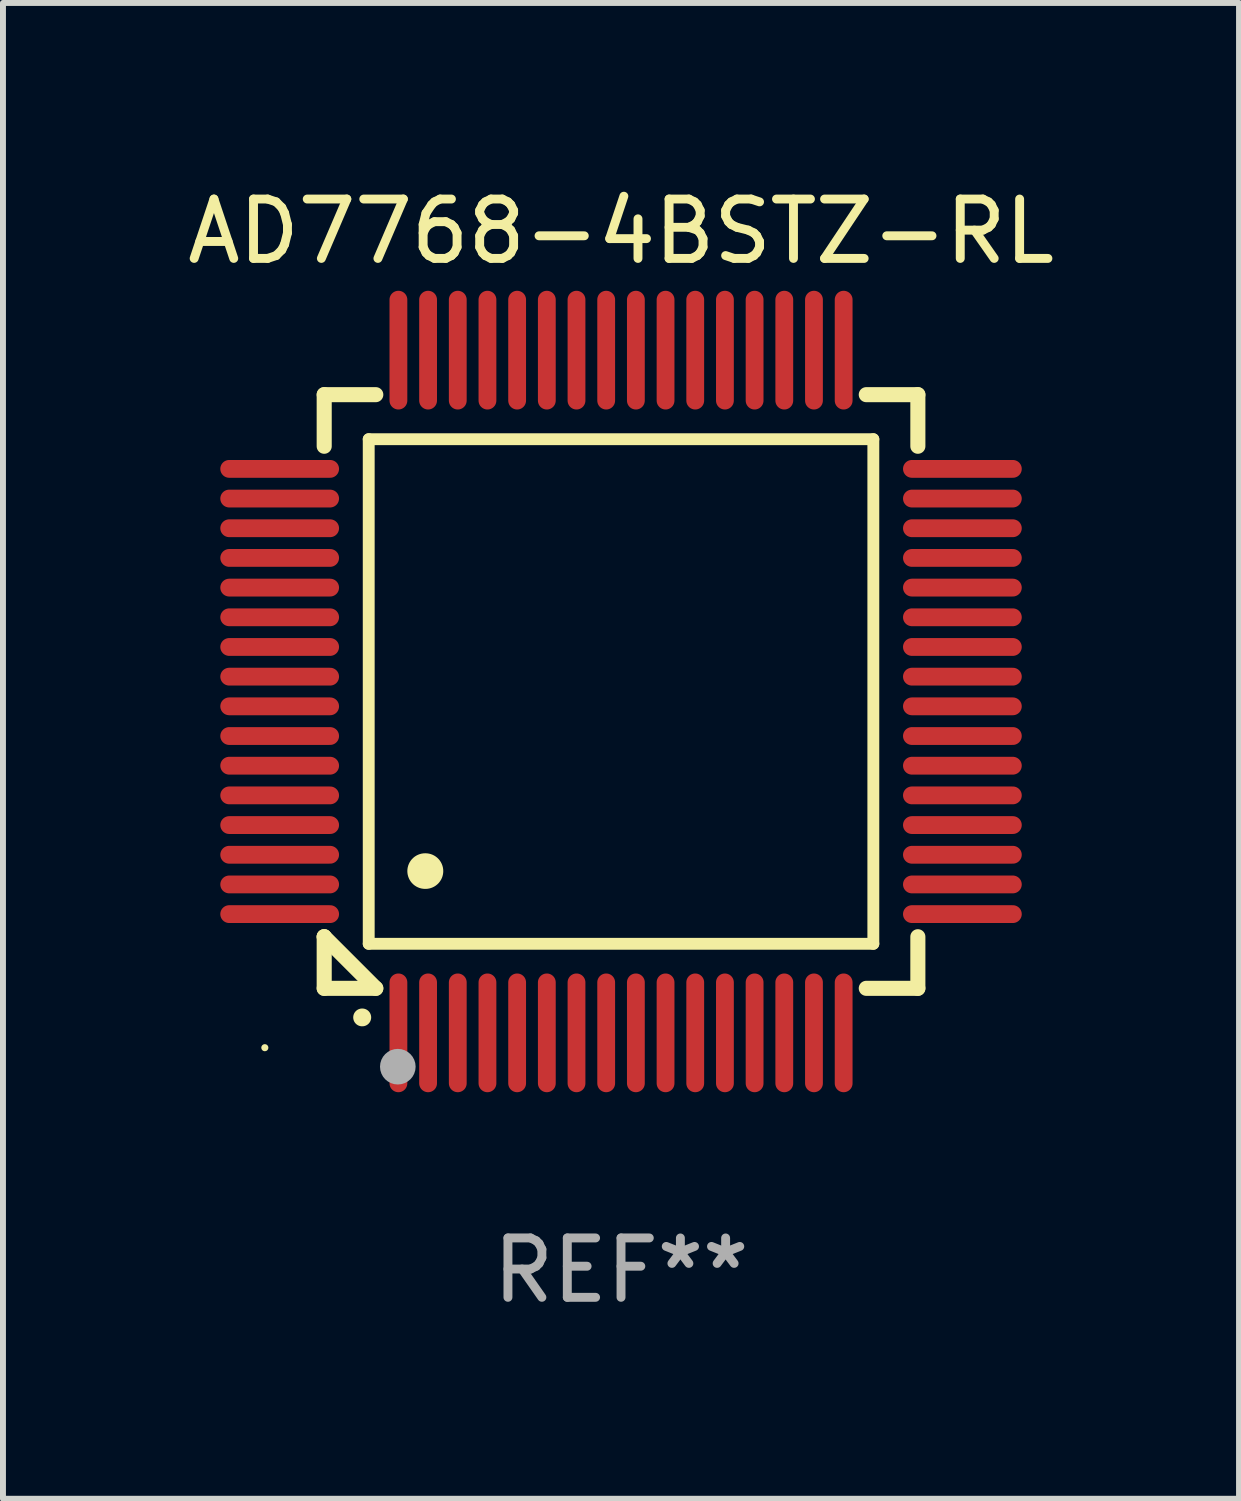
<source format=kicad_pcb>
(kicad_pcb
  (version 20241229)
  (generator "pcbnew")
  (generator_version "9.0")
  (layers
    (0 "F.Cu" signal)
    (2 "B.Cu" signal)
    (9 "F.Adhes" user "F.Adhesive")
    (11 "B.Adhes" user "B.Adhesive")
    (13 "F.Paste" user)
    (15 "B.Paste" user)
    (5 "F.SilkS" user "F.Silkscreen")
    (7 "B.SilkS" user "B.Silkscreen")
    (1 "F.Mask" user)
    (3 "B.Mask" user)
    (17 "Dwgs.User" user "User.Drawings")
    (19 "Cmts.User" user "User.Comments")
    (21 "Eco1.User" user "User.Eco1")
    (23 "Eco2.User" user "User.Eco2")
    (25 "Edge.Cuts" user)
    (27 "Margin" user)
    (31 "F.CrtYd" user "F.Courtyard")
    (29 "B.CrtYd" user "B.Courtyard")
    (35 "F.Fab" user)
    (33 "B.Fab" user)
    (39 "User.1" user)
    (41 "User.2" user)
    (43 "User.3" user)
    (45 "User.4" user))
  (footprint "AD7768-4BSTZ-RL"
    (layer "F.Cu")
    (at 7.411 8.598)
    (property "Reference" "AD7768-4BSTZ-RL" (at 0 -7.75 0) (layer "F.SilkS") (effects (font (size 1 1) (thickness 0.15))))
    (attr through_hole)
    (fp_line (start -5 -5) (end -4.131 -5) (stroke (width 0.254) (type solid)) (layer "F.SilkS"))
    (fp_line (start -5 -4.131) (end -5 -5) (stroke (width 0.254) (type solid)) (layer "F.SilkS"))
    (fp_line (start -5 4.131) (end -5 4.131) (stroke (width 0.254) (type solid)) (layer "F.SilkS"))
    (fp_line (start -5 5) (end -5 4.131) (stroke (width 0.254) (type solid)) (layer "F.SilkS"))
    (fp_line (start -5 4.131) (end -4.131 5) (stroke (width 0.254) (type solid)) (layer "F.SilkS"))
    (fp_line (start -4.25 -4.25) (end -4.25 4.25) (stroke (width 0.2) (type solid)) (layer "F.SilkS"))
    (fp_line (start -4.25 4.25) (end 4.25 4.25) (stroke (width 0.2) (type solid)) (layer "F.SilkS"))
    (fp_line (start -4.131 5) (end -5 5) (stroke (width 0.254) (type solid)) (layer "F.SilkS"))
    (fp_line (start 4.25 -4.25) (end -4.25 -4.25) (stroke (width 0.2) (type solid)) (layer "F.SilkS"))
    (fp_line (start 4.25 4.25) (end 4.25 -4.25) (stroke (width 0.2) (type solid)) (layer "F.SilkS"))
    (fp_line (start 5 -5) (end 4.131 -5) (stroke (width 0.254) (type solid)) (layer "F.SilkS"))
    (fp_line (start 5 -5) (end 5 -4.131) (stroke (width 0.254) (type solid)) (layer "F.SilkS"))
    (fp_line (start 5 4.131) (end 5 5) (stroke (width 0.254) (type solid)) (layer "F.SilkS"))
    (fp_line (start 5 5) (end 4.131 5) (stroke (width 0.254) (type solid)) (layer "F.SilkS"))
    (fp_arc (start -4.361265 5.489992) (mid -4.359995 5.489987) (end -4.358725 5.489992) (stroke (width 0.3) (type solid)) (layer "F.SilkS"))
    (fp_arc (start -3.299467 3.025146) (mid -3.296927 3.025135) (end -3.294387 3.025146) (stroke (width 0.6) (type solid)) (layer "F.SilkS"))
    (fp_circle (center -6 6) (end -5.97 6) (stroke (width 0.06) (type solid)) (fill no) (layer "F.SilkS"))
    (fp_circle (center -3.76 6.32) (end -3.61 6.32) (stroke (width 0.3) (type solid)) (fill no) (layer "F.Fab"))
    (fp_text user "REF**" (at 0 9.75 0) (layer "F.Fab") (effects (font (size 1 1) (thickness 0.15))))
    (pad "1" smd oval (at -3.75 5.75) (size 0.3 2) (layers "F.Cu" "F.Mask" "F.Paste"))
    (pad "2" smd oval (at -3.25 5.75) (size 0.3 2) (layers "F.Cu" "F.Mask" "F.Paste"))
    (pad "3" smd oval (at -2.75 5.75) (size 0.3 2) (layers "F.Cu" "F.Mask" "F.Paste"))
    (pad "4" smd oval (at -2.25 5.75) (size 0.3 2) (layers "F.Cu" "F.Mask" "F.Paste"))
    (pad "5" smd oval (at -1.75 5.75) (size 0.3 2) (layers "F.Cu" "F.Mask" "F.Paste"))
    (pad "6" smd oval (at -1.25 5.75) (size 0.3 2) (layers "F.Cu" "F.Mask" "F.Paste"))
    (pad "7" smd oval (at -0.75 5.75) (size 0.3 2) (layers "F.Cu" "F.Mask" "F.Paste"))
    (pad "8" smd oval (at -0.25 5.75) (size 0.3 2) (layers "F.Cu" "F.Mask" "F.Paste"))
    (pad "9" smd oval (at 0.25 5.75) (size 0.3 2) (layers "F.Cu" "F.Mask" "F.Paste"))
    (pad "10" smd oval (at 0.75 5.75) (size 0.3 2) (layers "F.Cu" "F.Mask" "F.Paste"))
    (pad "11" smd oval (at 1.25 5.75) (size 0.3 2) (layers "F.Cu" "F.Mask" "F.Paste"))
    (pad "12" smd oval (at 1.75 5.75) (size 0.3 2) (layers "F.Cu" "F.Mask" "F.Paste"))
    (pad "13" smd oval (at 2.25 5.75) (size 0.3 2) (layers "F.Cu" "F.Mask" "F.Paste"))
    (pad "14" smd oval (at 2.75 5.75) (size 0.3 2) (layers "F.Cu" "F.Mask" "F.Paste"))
    (pad "15" smd oval (at 3.25 5.75) (size 0.3 2) (layers "F.Cu" "F.Mask" "F.Paste"))
    (pad "16" smd oval (at 3.75 5.75) (size 0.3 2) (layers "F.Cu" "F.Mask" "F.Paste"))
    (pad "17" smd oval (at 5.75 3.75) (size 2 0.3) (layers "F.Cu" "F.Mask" "F.Paste"))
    (pad "18" smd oval (at 5.75 3.25) (size 2 0.3) (layers "F.Cu" "F.Mask" "F.Paste"))
    (pad "19" smd oval (at 5.75 2.75) (size 2 0.3) (layers "F.Cu" "F.Mask" "F.Paste"))
    (pad "20" smd oval (at 5.75 2.25) (size 2 0.3) (layers "F.Cu" "F.Mask" "F.Paste"))
    (pad "21" smd oval (at 5.75 1.75) (size 2 0.3) (layers "F.Cu" "F.Mask" "F.Paste"))
    (pad "22" smd oval (at 5.75 1.25) (size 2 0.3) (layers "F.Cu" "F.Mask" "F.Paste"))
    (pad "23" smd oval (at 5.75 0.75) (size 2 0.3) (layers "F.Cu" "F.Mask" "F.Paste"))
    (pad "24" smd oval (at 5.75 0.25) (size 2 0.3) (layers "F.Cu" "F.Mask" "F.Paste"))
    (pad "25" smd oval (at 5.75 -0.25) (size 2 0.3) (layers "F.Cu" "F.Mask" "F.Paste"))
    (pad "26" smd oval (at 5.75 -0.75) (size 2 0.3) (layers "F.Cu" "F.Mask" "F.Paste"))
    (pad "27" smd oval (at 5.75 -1.25) (size 2 0.3) (layers "F.Cu" "F.Mask" "F.Paste"))
    (pad "28" smd oval (at 5.75 -1.75) (size 2 0.3) (layers "F.Cu" "F.Mask" "F.Paste"))
    (pad "29" smd oval (at 5.75 -2.25) (size 2 0.3) (layers "F.Cu" "F.Mask" "F.Paste"))
    (pad "30" smd oval (at 5.75 -2.75) (size 2 0.3) (layers "F.Cu" "F.Mask" "F.Paste"))
    (pad "31" smd oval (at 5.75 -3.25) (size 2 0.3) (layers "F.Cu" "F.Mask" "F.Paste"))
    (pad "32" smd oval (at 5.75 -3.75) (size 2 0.3) (layers "F.Cu" "F.Mask" "F.Paste"))
    (pad "33" smd oval (at 3.75 -5.75) (size 0.3 2) (layers "F.Cu" "F.Mask" "F.Paste"))
    (pad "34" smd oval (at 3.25 -5.75) (size 0.3 2) (layers "F.Cu" "F.Mask" "F.Paste"))
    (pad "35" smd oval (at 2.75 -5.75) (size 0.3 2) (layers "F.Cu" "F.Mask" "F.Paste"))
    (pad "36" smd oval (at 2.25 -5.75) (size 0.3 2) (layers "F.Cu" "F.Mask" "F.Paste"))
    (pad "37" smd oval (at 1.75 -5.75) (size 0.3 2) (layers "F.Cu" "F.Mask" "F.Paste"))
    (pad "38" smd oval (at 1.25 -5.75) (size 0.3 2) (layers "F.Cu" "F.Mask" "F.Paste"))
    (pad "39" smd oval (at 0.75 -5.75) (size 0.3 2) (layers "F.Cu" "F.Mask" "F.Paste"))
    (pad "40" smd oval (at 0.25 -5.75) (size 0.3 2) (layers "F.Cu" "F.Mask" "F.Paste"))
    (pad "41" smd oval (at -0.25 -5.75) (size 0.3 2) (layers "F.Cu" "F.Mask" "F.Paste"))
    (pad "42" smd oval (at -0.75 -5.75) (size 0.3 2) (layers "F.Cu" "F.Mask" "F.Paste"))
    (pad "43" smd oval (at -1.25 -5.75) (size 0.3 2) (layers "F.Cu" "F.Mask" "F.Paste"))
    (pad "44" smd oval (at -1.75 -5.75) (size 0.3 2) (layers "F.Cu" "F.Mask" "F.Paste"))
    (pad "45" smd oval (at -2.25 -5.75) (size 0.3 2) (layers "F.Cu" "F.Mask" "F.Paste"))
    (pad "46" smd oval (at -2.75 -5.75) (size 0.3 2) (layers "F.Cu" "F.Mask" "F.Paste"))
    (pad "47" smd oval (at -3.25 -5.75) (size 0.3 2) (layers "F.Cu" "F.Mask" "F.Paste"))
    (pad "48" smd oval (at -3.75 -5.75) (size 0.3 2) (layers "F.Cu" "F.Mask" "F.Paste"))
    (pad "49" smd oval (at -5.75 -3.75) (size 2 0.3) (layers "F.Cu" "F.Mask" "F.Paste"))
    (pad "50" smd oval (at -5.75 -3.25) (size 2 0.3) (layers "F.Cu" "F.Mask" "F.Paste"))
    (pad "51" smd oval (at -5.75 -2.75) (size 2 0.3) (layers "F.Cu" "F.Mask" "F.Paste"))
    (pad "52" smd oval (at -5.75 -2.25) (size 2 0.3) (layers "F.Cu" "F.Mask" "F.Paste"))
    (pad "53" smd oval (at -5.75 -1.75) (size 2 0.3) (layers "F.Cu" "F.Mask" "F.Paste"))
    (pad "54" smd oval (at -5.75 -1.25) (size 2 0.3) (layers "F.Cu" "F.Mask" "F.Paste"))
    (pad "55" smd oval (at -5.75 -0.75) (size 2 0.3) (layers "F.Cu" "F.Mask" "F.Paste"))
    (pad "56" smd oval (at -5.75 -0.25) (size 2 0.3) (layers "F.Cu" "F.Mask" "F.Paste"))
    (pad "57" smd oval (at -5.75 0.25) (size 2 0.3) (layers "F.Cu" "F.Mask" "F.Paste"))
    (pad "58" smd oval (at -5.75 0.75) (size 2 0.3) (layers "F.Cu" "F.Mask" "F.Paste"))
    (pad "59" smd oval (at -5.75 1.25) (size 2 0.3) (layers "F.Cu" "F.Mask" "F.Paste"))
    (pad "60" smd oval (at -5.75 1.75) (size 2 0.3) (layers "F.Cu" "F.Mask" "F.Paste"))
    (pad "61" smd oval (at -5.75 2.25) (size 2 0.3) (layers "F.Cu" "F.Mask" "F.Paste"))
    (pad "62" smd oval (at -5.75 2.75) (size 2 0.3) (layers "F.Cu" "F.Mask" "F.Paste"))
    (pad "63" smd oval (at -5.75 3.25) (size 2 0.3) (layers "F.Cu" "F.Mask" "F.Paste"))
    (pad "64" smd oval (at -5.75 3.75) (size 2 0.3) (layers "F.Cu" "F.Mask" "F.Paste")))
  (gr_rect
    (start -3 -3)
    (end 17.821 22.196)
    (stroke (width 0.1) (type default))
    (fill no)
    (layer "Edge.Cuts")))
</source>
